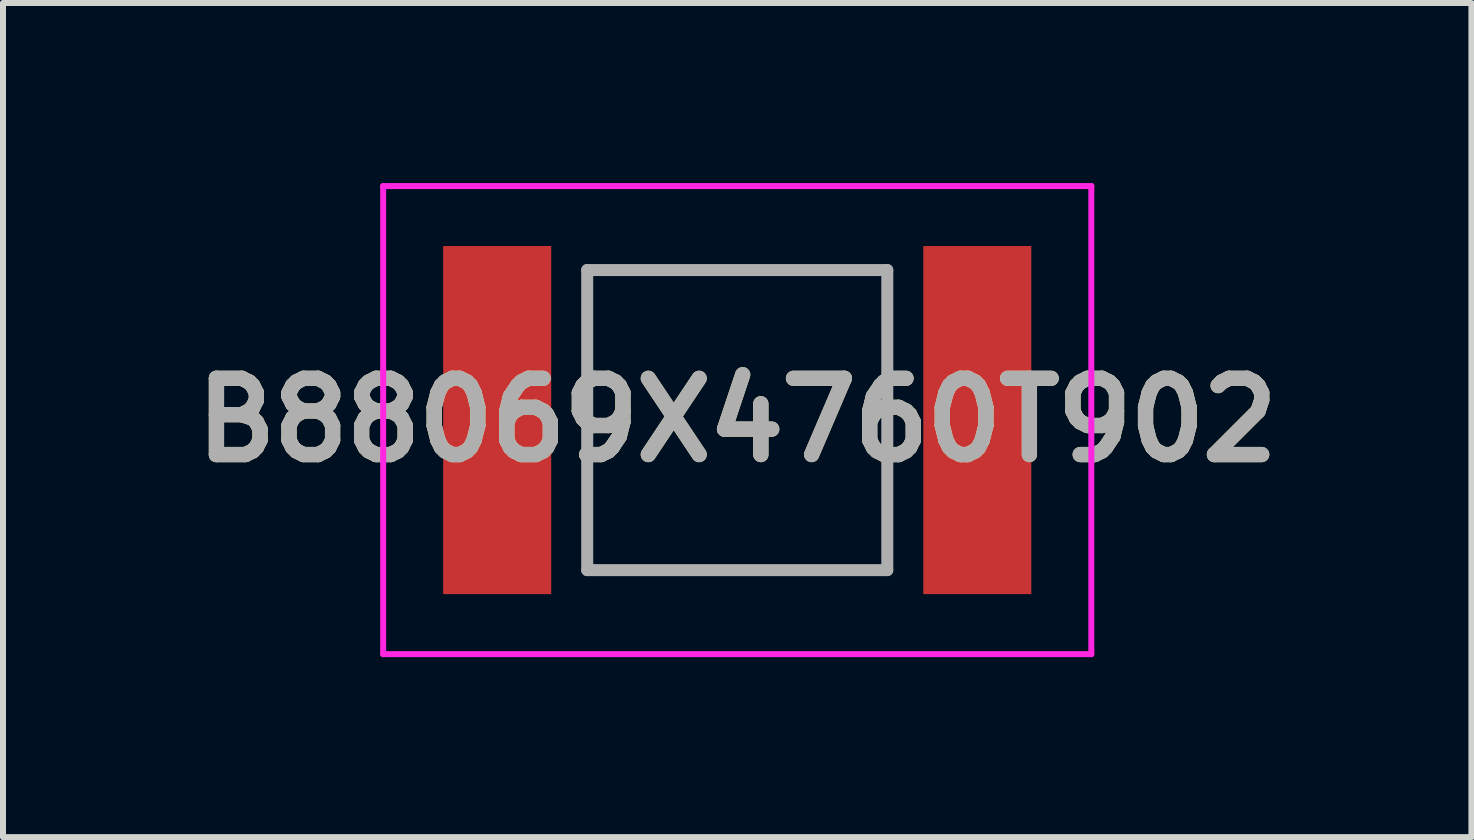
<source format=kicad_pcb>
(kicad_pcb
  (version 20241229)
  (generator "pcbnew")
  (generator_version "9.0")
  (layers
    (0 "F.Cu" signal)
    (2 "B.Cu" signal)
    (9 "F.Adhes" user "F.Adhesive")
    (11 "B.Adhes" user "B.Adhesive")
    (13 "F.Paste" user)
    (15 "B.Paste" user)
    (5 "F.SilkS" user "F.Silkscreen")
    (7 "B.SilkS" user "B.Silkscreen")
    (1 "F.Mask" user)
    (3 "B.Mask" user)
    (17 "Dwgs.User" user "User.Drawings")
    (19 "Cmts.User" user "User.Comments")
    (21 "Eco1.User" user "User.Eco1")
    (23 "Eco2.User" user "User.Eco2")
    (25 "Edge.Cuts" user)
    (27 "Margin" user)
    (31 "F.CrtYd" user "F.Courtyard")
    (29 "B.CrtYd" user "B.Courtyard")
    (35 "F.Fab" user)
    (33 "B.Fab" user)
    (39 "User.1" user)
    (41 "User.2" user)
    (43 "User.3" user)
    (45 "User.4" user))
  (footprint "B88069X4760T902"
    (layer "F.Cu")
    (at 9.235 3.95)
    (property "Reference" "B88069X4760T902" (at 0 0 0) (layer "F.SilkS") (effects (font (size 1.27 1.27) (thickness 0.254))))
    (attr smd)
    (fp_line (start -2.5 -2.5) (end 2.5 -2.5) (stroke (width 0.1) (type solid)) (layer "F.SilkS"))
    (fp_line (start -2.5 2.5) (end -2.5 -2.5) (stroke (width 0.1) (type solid)) (layer "F.SilkS"))
    (fp_line (start 2.5 -2.5) (end 2.5 2.5) (stroke (width 0.1) (type solid)) (layer "F.SilkS"))
    (fp_line (start 2.5 2.5) (end -2.5 2.5) (stroke (width 0.1) (type solid)) (layer "F.SilkS"))
    (fp_line (start -5.9 -3.9) (end 5.9 -3.9) (stroke (width 0.1) (type solid)) (layer "F.CrtYd"))
    (fp_line (start -5.9 3.9) (end -5.9 -3.9) (stroke (width 0.1) (type solid)) (layer "F.CrtYd"))
    (fp_line (start 5.9 -3.9) (end 5.9 3.9) (stroke (width 0.1) (type solid)) (layer "F.CrtYd"))
    (fp_line (start 5.9 3.9) (end -5.9 3.9) (stroke (width 0.1) (type solid)) (layer "F.CrtYd"))
    (fp_line (start -2.5 -2.5) (end 2.5 -2.5) (stroke (width 0.2) (type solid)) (layer "F.Fab"))
    (fp_line (start -2.5 2.5) (end -2.5 -2.5) (stroke (width 0.2) (type solid)) (layer "F.Fab"))
    (fp_line (start 2.5 -2.5) (end 2.5 2.5) (stroke (width 0.2) (type solid)) (layer "F.Fab"))
    (fp_line (start 2.5 2.5) (end -2.5 2.5) (stroke (width 0.2) (type solid)) (layer "F.Fab"))
    (fp_text user "${REFERENCE}" (at 0 0 0) (layer "F.Fab") (effects (font (size 1.27 1.27) (thickness 0.254))))
    (pad "1" smd rect (at -4 0) (size 1.8 5.8) (layers "F.Cu" "F.Mask" "F.Paste"))
    (pad "2" smd rect (at 4 0) (size 1.8 5.8) (layers "F.Cu" "F.Mask" "F.Paste")))
  (gr_rect
    (start -3 -3)
    (end 21.469 10.9)
    (stroke (width 0.1) (type default))
    (fill no)
    (layer "Edge.Cuts")))
</source>
